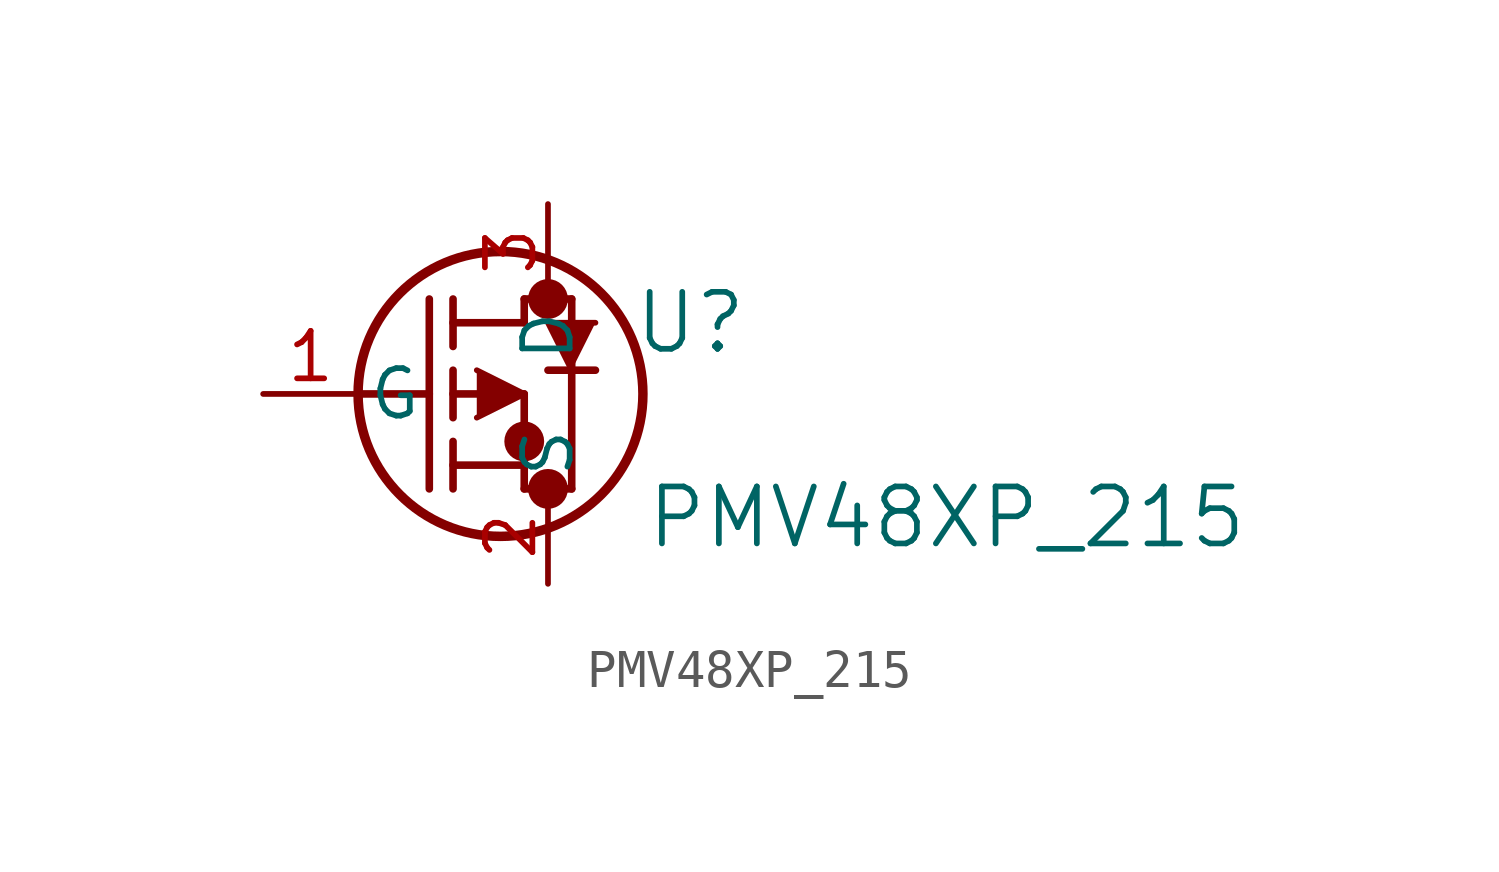
<source format=kicad_sym>
(kicad_symbol_lib
  (version 20241209)
  (generator "kicad_symbol_editor")
  (generator_version "9.0")
  (symbol "PMV48XP_215"
    (pin_names
      (offset 0.254))
    (property "Reference" "U"
      (at 11.43 1.905 0)
      (effects (font (size 1.524 1.524))))
    (property "Value" "PMV48XP_215"
      (at 18.288 -3.302 0)
      (effects (font (size 1.524 1.524))))
    (property "ki_locked" ""
      (at 0 0 0)
      (effects (font (size 1.27 1.27))))
    (symbol "PMV48XP_215_0_1"
      (polyline (pts (xy 2.54 0) (xy 4.445 0)) (stroke (width 0.203) (type default)) (fill (type none)))
      (polyline (pts (xy 4.445 -2.54) (xy 4.445 2.54)) (stroke (width 0.203) (type default)) (fill (type none)))
      (polyline (pts (xy 5.08 1.905) (xy 6.985 1.905)) (stroke (width 0.203) (type default)) (fill (type none)))
      (polyline (pts (xy 5.08 1.27) (xy 5.08 2.54)) (stroke (width 0.203) (type default)) (fill (type none)))
      (polyline (pts (xy 5.08 0) (xy 6.985 0)) (stroke (width 0.203) (type default)) (fill (type none)))
      (polyline (pts (xy 5.08 -0.635) (xy 5.08 0.635)) (stroke (width 0.203) (type default)) (fill (type none)))
      (polyline (pts (xy 5.08 -1.905) (xy 6.985 -1.905)) (stroke (width 0.203) (type default)) (fill (type none)))
      (polyline (pts (xy 5.08 -2.54) (xy 5.08 -1.27)) (stroke (width 0.203) (type default)) (fill (type none)))
      (polyline (pts (xy 5.715 0.635) (xy 6.985 0) (xy 5.715 -0.635)) (stroke (width 0) (type default)) (fill (type outline)))
      (circle (center 6.35 0) (radius 3.81) (stroke (width 0.254) (type default)) (fill (type none)))
      (polyline (pts (xy 6.985 2.54) (xy 8.255 2.54)) (stroke (width 0.203) (type default)) (fill (type none)))
      (polyline (pts (xy 6.985 1.905) (xy 6.985 2.54)) (stroke (width 0.203) (type default)) (fill (type none)))
      (circle (center 6.985 -1.27) (radius 0.025) (stroke (width 0.508) (type default)) (fill (type none)))
      (polyline (pts (xy 6.985 -2.54) (xy 6.985 0)) (stroke (width 0.203) (type default)) (fill (type none)))
      (polyline (pts (xy 6.985 -2.54) (xy 8.255 -2.54)) (stroke (width 0.203) (type default)) (fill (type none)))
      (circle (center 7.62 2.54) (radius 0.025) (stroke (width 0.508) (type default)) (fill (type none)))
      (circle (center 7.62 -2.54) (radius 0.025) (stroke (width 0.508) (type default)) (fill (type none)))
      (polyline (pts (xy 8.255 0.635) (xy 8.255 2.54)) (stroke (width 0.203) (type default)) (fill (type none)))
      (polyline (pts (xy 8.255 -2.54) (xy 8.255 0.635)) (stroke (width 0.203) (type default)) (fill (type none)))
      (polyline (pts (xy 8.89 1.905) (xy 7.62 1.905) (xy 8.255 0.635)) (stroke (width 0) (type default)) (fill (type outline)))
      (polyline (pts (xy 8.89 0.635) (xy 7.62 0.635)) (stroke (width 0.203) (type default)) (fill (type none)))
      (pin input line (at 0 0 0) (length 2.54) (name "G" (effects (font (size 1.27 1.27)))) (number "1" (effects (font (size 1.27 1.27)))))
      (pin power_in line (at 7.62 5.08 270) (length 2.54) (name "D" (effects (font (size 1.27 1.27)))) (number "3" (effects (font (size 1.27 1.27)))))
      (pin power_out line (at 7.62 -5.08 90) (length 2.54) (name "S" (effects (font (size 1.27 1.27)))) (number "2" (effects (font (size 1.27 1.27))))))))
</source>
